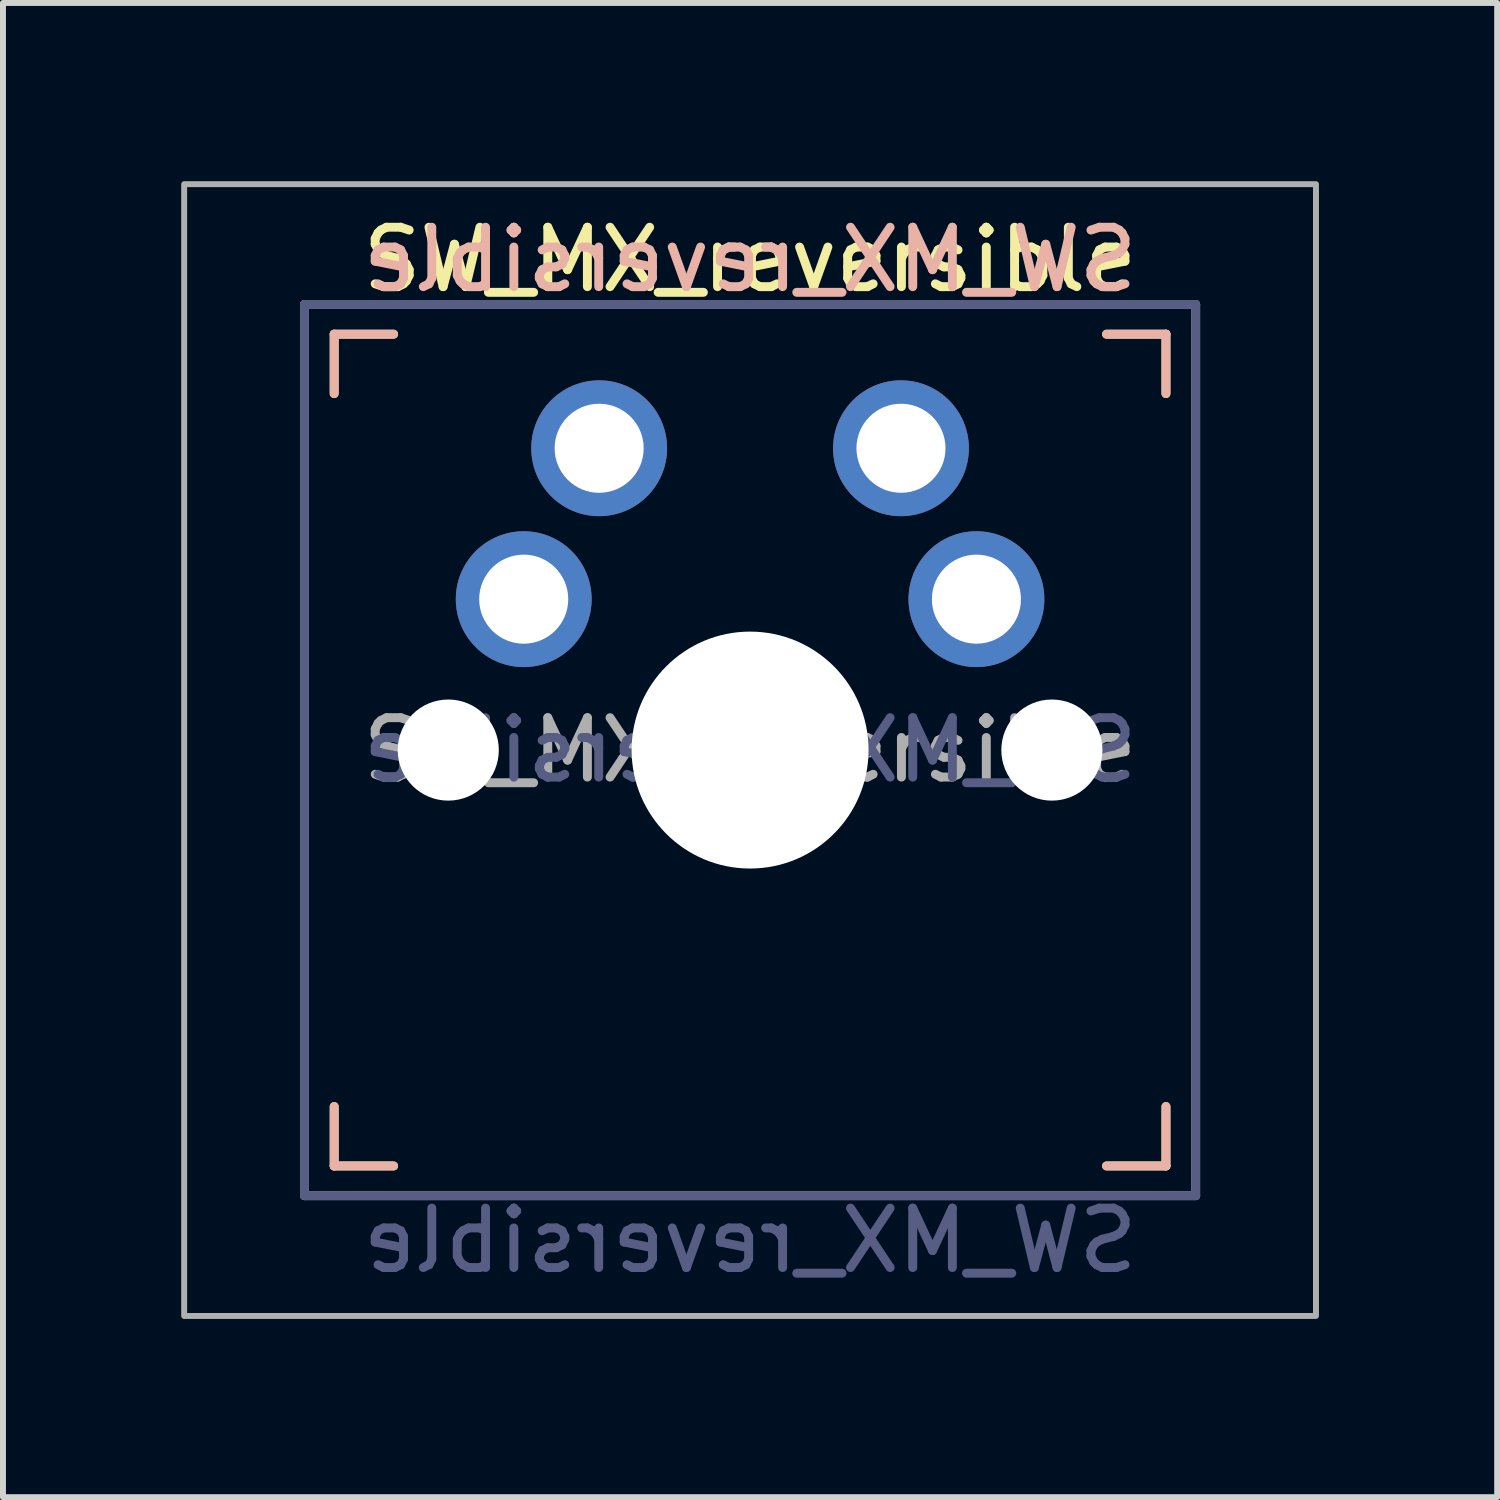
<source format=kicad_pcb>
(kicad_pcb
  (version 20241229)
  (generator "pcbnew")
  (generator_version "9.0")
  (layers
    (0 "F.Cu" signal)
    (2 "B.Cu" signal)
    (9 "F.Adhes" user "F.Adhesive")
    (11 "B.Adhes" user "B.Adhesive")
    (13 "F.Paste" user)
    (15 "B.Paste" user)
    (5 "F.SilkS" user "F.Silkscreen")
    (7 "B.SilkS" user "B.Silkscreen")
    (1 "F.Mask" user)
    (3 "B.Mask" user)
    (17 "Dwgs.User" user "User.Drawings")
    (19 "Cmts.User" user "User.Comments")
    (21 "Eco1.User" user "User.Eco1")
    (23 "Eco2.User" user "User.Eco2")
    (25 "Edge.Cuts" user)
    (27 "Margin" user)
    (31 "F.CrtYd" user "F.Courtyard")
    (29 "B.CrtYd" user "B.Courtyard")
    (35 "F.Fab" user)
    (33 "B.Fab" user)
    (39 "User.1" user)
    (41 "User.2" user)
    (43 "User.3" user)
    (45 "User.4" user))
  (footprint "SW_MX_reversible"
    (layer "F.Cu")
    (at 9.575 9.575)
    (property "Reference" "SW_MX_reversible" (at 0 -8.255 0) (layer "F.SilkS") (effects (font (size 1 1) (thickness 0.15))))
    (property "Value" "SW_MX_reversible" (at 0 8.255 0) (layer "F.Fab") (hide yes) (effects (font (size 1 1) (thickness 0.15))))
    (attr through_hole)
    (fp_line (start -7 -7) (end -6 -7) (stroke (width 0.15) (type solid)) (layer "F.SilkS"))
    (fp_line (start -7 -6) (end -7 -7) (stroke (width 0.15) (type solid)) (layer "F.SilkS"))
    (fp_line (start -7 7) (end -7 6) (stroke (width 0.15) (type solid)) (layer "F.SilkS"))
    (fp_line (start -6 7) (end -7 7) (stroke (width 0.15) (type solid)) (layer "F.SilkS"))
    (fp_line (start 6 -7) (end 7 -7) (stroke (width 0.15) (type solid)) (layer "F.SilkS"))
    (fp_line (start 7 -7) (end 7 -6) (stroke (width 0.15) (type solid)) (layer "F.SilkS"))
    (fp_line (start 7 6) (end 7 7) (stroke (width 0.15) (type solid)) (layer "F.SilkS"))
    (fp_line (start 7 7) (end 6 7) (stroke (width 0.15) (type solid)) (layer "F.SilkS"))
    (fp_line (start -7 -7) (end -6 -7) (stroke (width 0.15) (type solid)) (layer "B.SilkS"))
    (fp_line (start -7 -6) (end -7 -7) (stroke (width 0.15) (type solid)) (layer "B.SilkS"))
    (fp_line (start -7 7) (end -7 6) (stroke (width 0.15) (type solid)) (layer "B.SilkS"))
    (fp_line (start -6 7) (end -7 7) (stroke (width 0.15) (type solid)) (layer "B.SilkS"))
    (fp_line (start 6 -7) (end 7 -7) (stroke (width 0.15) (type solid)) (layer "B.SilkS"))
    (fp_line (start 7 -7) (end 7 -6) (stroke (width 0.15) (type solid)) (layer "B.SilkS"))
    (fp_line (start 7 6) (end 7 7) (stroke (width 0.15) (type solid)) (layer "B.SilkS"))
    (fp_line (start 7 7) (end 6 7) (stroke (width 0.15) (type solid)) (layer "B.SilkS"))
    (fp_line (start -6.9 6.9) (end -6.9 -6.9) (stroke (width 0.15) (type solid)) (layer "Eco2.User"))
    (fp_line (start -6.9 6.9) (end 6.9 6.9) (stroke (width 0.15) (type solid)) (layer "Eco2.User"))
    (fp_line (start 6.9 -6.9) (end -6.9 -6.9) (stroke (width 0.15) (type solid)) (layer "Eco2.User"))
    (fp_line (start 6.9 -6.9) (end 6.9 6.9) (stroke (width 0.15) (type solid)) (layer "Eco2.User"))
    (fp_line (start -7.5 -7.5) (end 7.5 -7.5) (stroke (width 0.15) (type solid)) (layer "B.Fab"))
    (fp_line (start -7.5 7.5) (end -7.5 -7.5) (stroke (width 0.15) (type solid)) (layer "B.Fab"))
    (fp_line (start 7.5 -7.5) (end 7.5 7.5) (stroke (width 0.15) (type solid)) (layer "B.Fab"))
    (fp_line (start 7.5 7.5) (end -7.5 7.5) (stroke (width 0.15) (type solid)) (layer "B.Fab"))
    (fp_line (start -7.5 -7.5) (end 7.5 -7.5) (stroke (width 0.15) (type solid)) (layer "F.Fab"))
    (fp_line (start -7.5 7.5) (end -7.5 -7.5) (stroke (width 0.15) (type solid)) (layer "F.Fab"))
    (fp_line (start 7.5 -7.5) (end 7.5 7.5) (stroke (width 0.15) (type solid)) (layer "F.Fab"))
    (fp_line (start 7.5 7.5) (end -7.5 7.5) (stroke (width 0.15) (type solid)) (layer "F.Fab"))
    (fp_rect (start -9.525 -9.525) (end 9.525 9.525) (stroke (width 0.1) (type default)) (fill no) (layer "F.Fab"))
    (fp_text user "${REFERENCE}" (at 0 -8.255 0) (layer "B.SilkS") (effects (font (size 1 1) (thickness 0.15)) (justify mirror)))
    (fp_text user "${VALUE}" (at 0 8.255 0) (layer "B.Fab") (effects (font (size 1 1) (thickness 0.15)) (justify mirror)))
    (fp_text user "${REFERENCE}" (at 0 0 0) (layer "B.Fab") (effects (font (size 1 1) (thickness 0.15)) (justify mirror)))
    (fp_text user "${REFERENCE}" (at 0 0 0) (layer "F.Fab") (effects (font (size 1 1) (thickness 0.15))))
    (pad "" np_thru_hole circle (at -5.08 0) (size 1.702 1.702) (drill 1.702) (layers "*.Cu" "*.Mask"))
    (pad "" np_thru_hole circle (at 0 0) (size 3.988 3.988) (drill 3.988) (layers "*.Cu" "*.Mask"))
    (pad "" np_thru_hole circle (at 5.08 0) (size 1.702 1.702) (drill 1.702) (layers "*.Cu" "*.Mask"))
    (pad "1" thru_hole circle (at -3.81 -2.54) (size 2.286 2.286) (drill 1.499) (layers "*.Cu" "*.Mask"))
    (pad "1" thru_hole circle (at -2.54 -5.08) (size 2.286 2.286) (drill 1.499) (layers "*.Cu" "*.Mask"))
    (pad "2" thru_hole circle (at 2.54 -5.08) (size 2.286 2.286) (drill 1.499) (layers "*.Cu" "*.Mask"))
    (pad "2" thru_hole circle (at 3.81 -2.54) (size 2.286 2.286) (drill 1.499) (layers "*.Cu" "*.Mask")))
  (gr_rect
    (start -3 -3)
    (end 22.15 22.15)
    (stroke (width 0.1) (type default))
    (fill no)
    (layer "Edge.Cuts")))
</source>
